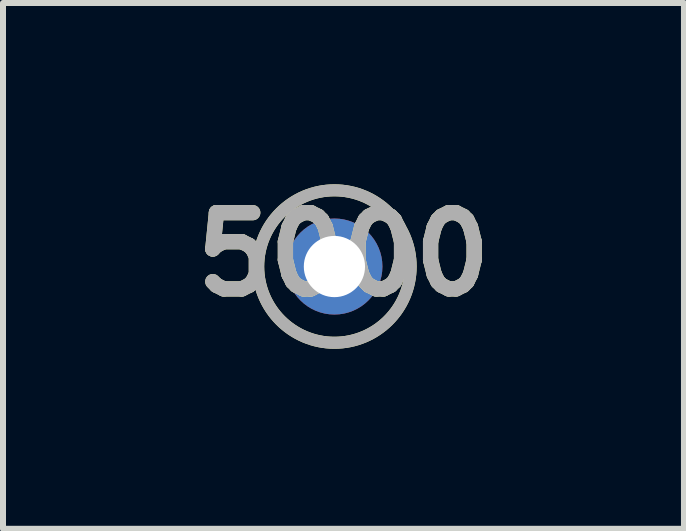
<source format=kicad_pcb>
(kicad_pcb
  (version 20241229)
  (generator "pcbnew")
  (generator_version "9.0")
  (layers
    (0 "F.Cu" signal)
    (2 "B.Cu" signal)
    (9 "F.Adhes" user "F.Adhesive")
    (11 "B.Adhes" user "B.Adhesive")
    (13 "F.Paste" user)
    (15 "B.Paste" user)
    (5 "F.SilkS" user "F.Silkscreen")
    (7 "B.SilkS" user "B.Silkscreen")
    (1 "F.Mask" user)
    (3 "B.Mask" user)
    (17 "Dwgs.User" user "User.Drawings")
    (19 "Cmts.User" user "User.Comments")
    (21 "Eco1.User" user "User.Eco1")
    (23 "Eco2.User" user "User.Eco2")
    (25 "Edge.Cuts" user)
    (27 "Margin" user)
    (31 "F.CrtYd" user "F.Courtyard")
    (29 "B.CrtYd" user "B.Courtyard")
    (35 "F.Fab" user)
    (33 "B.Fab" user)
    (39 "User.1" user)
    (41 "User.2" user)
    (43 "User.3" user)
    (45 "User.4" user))
  (footprint "5000"
    (layer "F.Cu")
    (at 2.522 1.391)
    (property "Reference" "5000" (at 0.151 -0.202 0) (layer "F.SilkS") (effects (font (size 1.27 1.27) (thickness 0.254))))
    (attr through_hole)
    (fp_circle (center 0 0) (end 0 1.27) (stroke (width 0.2) (type solid)) (fill no) (layer "F.SilkS"))
    (fp_circle (center 0 0) (end 0 1.27) (stroke (width 0.2) (type solid)) (fill no) (layer "F.Fab"))
    (fp_text user "${REFERENCE}" (at 0.151 -0.202 0) (layer "F.Fab") (effects (font (size 1.27 1.27) (thickness 0.254))))
    (pad "1" thru_hole circle (at 0 0) (size 1.6 1.6) (drill 1.02) (layers "*.Cu" "*.Mask")))
  (gr_rect
    (start -3 -3)
    (end 8.346 5.761)
    (stroke (width 0.1) (type default))
    (fill no)
    (layer "Edge.Cuts")))
</source>
